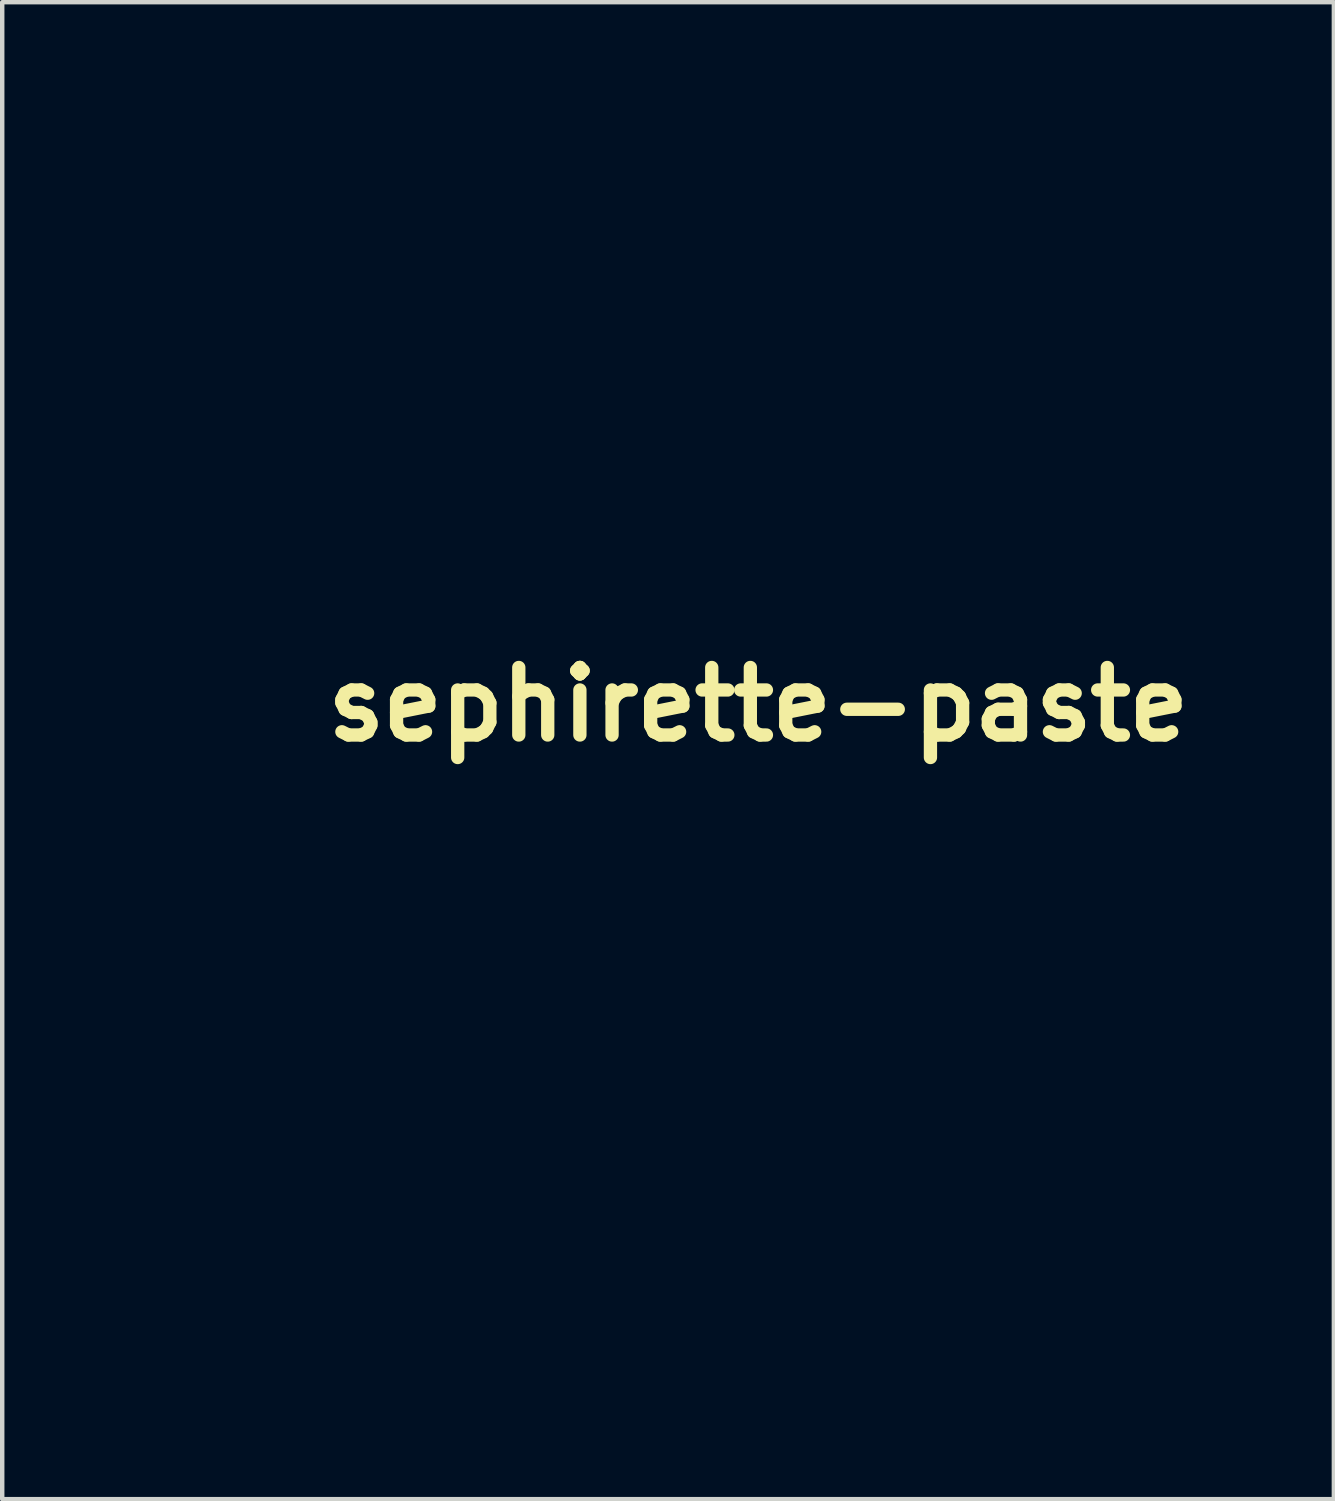
<source format=kicad_pcb>
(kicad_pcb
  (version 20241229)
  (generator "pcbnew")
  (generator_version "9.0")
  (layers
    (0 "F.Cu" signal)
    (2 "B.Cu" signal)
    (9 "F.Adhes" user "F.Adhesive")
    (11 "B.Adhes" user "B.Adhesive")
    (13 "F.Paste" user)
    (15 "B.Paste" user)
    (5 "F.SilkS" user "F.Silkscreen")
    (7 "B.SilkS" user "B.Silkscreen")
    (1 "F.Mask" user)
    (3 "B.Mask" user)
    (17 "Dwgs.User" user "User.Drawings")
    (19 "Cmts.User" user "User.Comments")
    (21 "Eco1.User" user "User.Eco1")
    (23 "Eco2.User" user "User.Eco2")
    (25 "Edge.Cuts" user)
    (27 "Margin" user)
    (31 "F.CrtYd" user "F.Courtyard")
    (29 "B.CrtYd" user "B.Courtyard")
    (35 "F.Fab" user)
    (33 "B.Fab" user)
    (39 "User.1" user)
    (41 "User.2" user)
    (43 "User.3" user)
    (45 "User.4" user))
  (footprint "sephirette-paste"
    (layer "F.Cu")
    (at 14.063 12.846)
    (property "Reference" "sephirette-paste" (at 0 0 0) (layer "F.SilkS") (effects (font (size 1.524 1.524) (thickness 0.3))))
    (attr board_only exclude_from_pos_files exclude_from_bom)
    (fp_poly (pts (xy -1.612 0.38) (xy -1.57 0.423) (xy -1.613 0.469) (xy -1.648 0.504) (xy -1.692 0.545) (xy -1.741 0.588) (xy -1.788 0.628) (xy -1.829 0.66) (xy -1.857 0.681) (xy -1.867 0.686) (xy -1.886 0.677) (xy -1.915 0.655) (xy -1.921 0.649) (xy -1.962 0.613) (xy -1.889 0.551) (xy -1.839 0.507) (xy -1.782 0.456) (xy -1.735 0.412) (xy -1.654 0.336)) (stroke (width 0) (type solid)) (fill yes) (layer "F.Mask"))
    (fp_poly (pts (xy -13.856 -12.634) (xy -13.778 -12.554) (xy -13.693 -12.466) (xy -13.609 -12.378) (xy -13.533 -12.298) (xy -13.486 -12.247) (xy -13.323 -12.072) (xy -13.366 -12.011) (xy -13.391 -11.976) (xy -13.408 -11.953) (xy -13.412 -11.949) (xy -13.422 -11.959) (xy -13.45 -11.988) (xy -13.492 -12.032) (xy -13.547 -12.09) (xy -13.611 -12.158) (xy -13.682 -12.233) (xy -13.683 -12.235) (xy -13.77 -12.329) (xy -13.841 -12.406) (xy -13.895 -12.47) (xy -13.938 -12.525) (xy -13.97 -12.575) (xy -13.994 -12.623) (xy -14.014 -12.673) (xy -14.032 -12.73) (xy -14.044 -12.773) (xy -14.063 -12.846)) (stroke (width 0) (type solid)) (fill yes) (layer "F.Mask"))
    (fp_poly (pts (xy -1.829 0.152) (xy -1.783 0.164) (xy -1.754 0.183) (xy -1.736 0.213) (xy -1.735 0.214) (xy -1.729 0.238) (xy -1.734 0.259) (xy -1.754 0.286) (xy -1.783 0.318) (xy -1.823 0.357) (xy -1.87 0.401) (xy -1.919 0.444) (xy -1.964 0.482) (xy -2 0.51) (xy -2.022 0.524) (xy -2.025 0.525) (xy -2.038 0.515) (xy -2.067 0.487) (xy -2.108 0.446) (xy -2.158 0.394) (xy -2.176 0.374) (xy -2.317 0.224) (xy -2.275 0.199) (xy -2.246 0.184) (xy -2.214 0.173) (xy -2.172 0.165) (xy -2.114 0.159) (xy -2.036 0.153) (xy -1.984 0.151) (xy -1.894 0.148)) (stroke (width 0) (type solid)) (fill yes) (layer "F.Mask"))
    (fp_poly (pts (xy 2.012 12.285) (xy 2.05 12.293) (xy 2.149 12.314) (xy 2.269 12.336) (xy 2.406 12.357) (xy 2.55 12.378) (xy 2.696 12.396) (xy 2.837 12.412) (xy 2.966 12.423) (xy 3.036 12.428) (xy 3.122 12.434) (xy 3.182 12.442) (xy 3.221 12.454) (xy 3.242 12.472) (xy 3.25 12.499) (xy 3.247 12.536) (xy 3.246 12.543) (xy 3.239 12.583) (xy 3.226 12.642) (xy 3.21 12.714) (xy 3.193 12.784) (xy 3.178 12.849) (xy 3.164 12.915) (xy 3.151 12.988) (xy 3.137 13.07) (xy 3.122 13.167) (xy 3.106 13.281) (xy 3.088 13.417) (xy 3.07 13.553) (xy 3.057 13.675) (xy 3.049 13.81) (xy 3.044 13.95) (xy 3.043 14.091) (xy 3.046 14.224) (xy 3.053 14.344) (xy 3.064 14.445) (xy 3.069 14.477) (xy 3.095 14.62) (xy 3.047 14.7) (xy 3.004 14.761) (xy 2.954 14.807) (xy 2.891 14.846) (xy 2.807 14.88) (xy 2.785 14.887) (xy 2.657 14.918) (xy 2.511 14.932) (xy 2.344 14.929) (xy 2.291 14.925) (xy 2.218 14.918) (xy 2.153 14.91) (xy 2.091 14.899) (xy 2.026 14.885) (xy 1.951 14.866) (xy 1.862 14.841) (xy 1.753 14.808) (xy 1.722 14.799) (xy 1.622 14.769) (xy 1.517 14.738) (xy 1.416 14.709) (xy 1.328 14.684) (xy 1.277 14.67) (xy 1.17 14.64) (xy 1.061 14.608) (xy 0.955 14.575) (xy 0.857 14.544) (xy 0.77 14.514) (xy 0.7 14.489) (xy 0.65 14.468) (xy 0.632 14.459) (xy 0.59 14.426) (xy 0.555 14.382) (xy 0.526 14.323) (xy 0.503 14.247) (xy 0.485 14.15) (xy 0.469 14.029) (xy 0.459 13.915) (xy 0.455 13.851) (xy 0.455 13.808) (xy 0.461 13.773) (xy 0.474 13.739) (xy 0.49 13.705) (xy 0.526 13.649) (xy 0.574 13.588) (xy 0.614 13.547) (xy 0.698 13.47) (xy 1.191 13.468) (xy 1.311 13.467) (xy 1.423 13.466) (xy 1.524 13.464) (xy 1.61 13.463) (xy 1.677 13.461) (xy 1.721 13.459) (xy 1.736 13.457) (xy 1.782 13.45) (xy 1.838 13.44) (xy 1.86 13.435) (xy 1.934 13.421) (xy 1.928 13.172) (xy 1.927 13.087) (xy 1.927 12.99) (xy 1.928 12.886) (xy 1.929 12.779) (xy 1.932 12.672) (xy 1.935 12.571) (xy 1.938 12.478) (xy 1.942 12.4) (xy 1.946 12.339) (xy 1.95 12.3) (xy 1.953 12.287) (xy 1.971 12.28)) (stroke (width 0) (type solid)) (fill yes) (layer "F.Mask"))
    (fp_poly (pts (xy 4.926 11.903) (xy 4.924 11.93) (xy 4.886 12.158) (xy 4.854 12.381) (xy 4.826 12.597) (xy 4.804 12.801) (xy 4.788 12.991) (xy 4.778 13.163) (xy 4.774 13.314) (xy 4.777 13.437) (xy 4.783 13.512) (xy 4.794 13.606) (xy 4.808 13.709) (xy 4.823 13.809) (xy 4.83 13.848) (xy 4.854 14.008) (xy 4.869 14.155) (xy 4.874 14.287) (xy 4.87 14.4) (xy 4.856 14.49) (xy 4.846 14.525) (xy 4.806 14.61) (xy 4.754 14.685) (xy 4.695 14.742) (xy 4.659 14.765) (xy 4.625 14.779) (xy 4.573 14.798) (xy 4.507 14.82) (xy 4.436 14.843) (xy 4.364 14.866) (xy 4.298 14.885) (xy 4.243 14.9) (xy 4.207 14.909) (xy 4.198 14.91) (xy 4.176 14.904) (xy 4.135 14.891) (xy 4.088 14.875) (xy 4.037 14.854) (xy 3.994 14.834) (xy 3.971 14.819) (xy 3.949 14.801) (xy 3.912 14.769) (xy 3.865 14.73) (xy 3.844 14.712) (xy 3.69 14.59) (xy 3.52 14.469) (xy 3.35 14.361) (xy 3.273 14.314) (xy 3.219 14.275) (xy 3.182 14.237) (xy 3.159 14.195) (xy 3.147 14.143) (xy 3.141 14.075) (xy 3.139 14.027) (xy 3.139 13.98) (xy 3.142 13.913) (xy 3.147 13.833) (xy 3.153 13.742) (xy 3.161 13.646) (xy 3.17 13.548) (xy 3.179 13.453) (xy 3.188 13.365) (xy 3.197 13.289) (xy 3.205 13.229) (xy 3.212 13.189) (xy 3.217 13.174) (xy 3.218 13.174) (xy 3.232 13.179) (xy 3.268 13.193) (xy 3.321 13.213) (xy 3.385 13.237) (xy 3.391 13.24) (xy 3.457 13.265) (xy 3.514 13.286) (xy 3.555 13.3) (xy 3.575 13.305) (xy 3.575 13.305) (xy 3.583 13.291) (xy 3.587 13.251) (xy 3.588 13.188) (xy 3.587 13.105) (xy 3.583 13.004) (xy 3.575 12.89) (xy 3.566 12.769) (xy 3.559 12.684) (xy 3.554 12.609) (xy 3.55 12.549) (xy 3.549 12.509) (xy 3.55 12.493) (xy 3.567 12.488) (xy 3.607 12.48) (xy 3.662 12.472) (xy 3.702 12.466) (xy 3.785 12.452) (xy 3.887 12.428) (xy 3.997 12.399) (xy 4.108 12.365) (xy 4.212 12.33) (xy 4.298 12.296) (xy 4.308 12.292) (xy 4.365 12.264) (xy 4.438 12.222) (xy 4.522 12.171) (xy 4.61 12.115) (xy 4.695 12.058) (xy 4.77 12.004) (xy 4.817 11.968) (xy 4.862 11.933) (xy 4.898 11.906) (xy 4.92 11.892) (xy 4.923 11.89)) (stroke (width 0) (type solid)) (fill yes) (layer "F.Mask"))
    (fp_poly (pts (xy -10.9 -9.439) (xy -10.897 -9.438) (xy -10.893 -9.436) (xy -10.887 -9.432) (xy -10.879 -9.426) (xy -10.868 -9.416) (xy -10.854 -9.404) (xy -10.837 -9.386) (xy -10.815 -9.365) (xy -10.789 -9.338) (xy -10.757 -9.305) (xy -10.719 -9.266) (xy -10.675 -9.22) (xy -10.624 -9.166) (xy -10.566 -9.105) (xy -10.5 -9.035) (xy -10.426 -8.956) (xy -10.342 -8.867) (xy -10.249 -8.767) (xy -10.146 -8.657) (xy -10.032 -8.536) (xy -9.908 -8.403) (xy -9.772 -8.257) (xy -9.623 -8.098) (xy -9.462 -7.925) (xy -9.288 -7.738) (xy -9.1 -7.537) (xy -8.898 -7.32) (xy -8.681 -7.087) (xy -8.449 -6.838) (xy -8.201 -6.572) (xy -7.937 -6.288) (xy -7.656 -5.986) (xy -7.358 -5.666) (xy -7.041 -5.326) (xy -6.707 -4.966) (xy -6.353 -4.586) (xy -6.063 -4.275) (xy -5.856 -4.053) (xy -5.652 -3.834) (xy -5.452 -3.619) (xy -5.257 -3.409) (xy -5.067 -3.206) (xy -4.885 -3.01) (xy -4.711 -2.824) (xy -4.547 -2.647) (xy -4.393 -2.482) (xy -4.25 -2.329) (xy -4.12 -2.189) (xy -4.004 -2.065) (xy -3.903 -1.956) (xy -3.817 -1.865) (xy -3.749 -1.791) (xy -3.699 -1.738) (xy -3.679 -1.717) (xy -3.38 -1.398) (xy -3.255 -1.522) (xy -3.189 -1.585) (xy -3.14 -1.629) (xy -3.103 -1.656) (xy -3.075 -1.669) (xy -3.052 -1.67) (xy -3.036 -1.664) (xy -3.006 -1.636) (xy -2.998 -1.596) (xy -3.012 -1.538) (xy -3.014 -1.531) (xy -3.025 -1.487) (xy -3.036 -1.424) (xy -3.043 -1.353) (xy -3.045 -1.317) (xy -3.053 -1.167) (xy -3.202 -1.167) (xy -3.327 -1.161) (xy -3.428 -1.143) (xy -3.502 -1.113) (xy -3.527 -1.095) (xy -3.56 -1.056) (xy -3.587 -1.003) (xy -3.602 -0.95) (xy -3.604 -0.934) (xy -3.608 -0.915) (xy -3.628 -0.906) (xy -3.66 -0.905) (xy -3.7 -0.909) (xy -3.728 -0.92) (xy -3.731 -0.923) (xy -3.747 -0.951) (xy -3.756 -0.975) (xy -3.758 -0.991) (xy -3.75 -1.012) (xy -3.731 -1.039) (xy -3.697 -1.078) (xy -3.645 -1.132) (xy -3.632 -1.145) (xy -3.583 -1.197) (xy -3.542 -1.242) (xy -3.515 -1.276) (xy -3.503 -1.295) (xy -3.503 -1.297) (xy -3.515 -1.311) (xy -3.543 -1.343) (xy -3.586 -1.391) (xy -3.64 -1.451) (xy -3.704 -1.521) (xy -3.765 -1.586) (xy -3.797 -1.621) (xy -3.837 -1.663) (xy -3.883 -1.713) (xy -3.937 -1.771) (xy -4 -1.838) (xy -4.07 -1.914) (xy -4.15 -1.999) (xy -4.239 -2.095) (xy -4.339 -2.202) (xy -4.449 -2.32) (xy -4.569 -2.45) (xy -4.702 -2.592) (xy -4.846 -2.747) (xy -5.004 -2.916) (xy -5.174 -3.099) (xy -5.357 -3.296) (xy -5.555 -3.508) (xy -5.767 -3.736) (xy -5.995 -3.98) (xy -6.238 -4.241) (xy -6.497 -4.519) (xy -6.772 -4.815) (xy -7.065 -5.129) (xy -7.375 -5.462) (xy -7.703 -5.814) (xy -8.049 -6.187) (xy -8.415 -6.579) (xy -8.678 -6.862) (xy -8.89 -7.089) (xy -9.096 -7.311) (xy -9.297 -7.526) (xy -9.49 -7.734) (xy -9.675 -7.934) (xy -9.852 -8.124) (xy -10.019 -8.304) (xy -10.175 -8.472) (xy -10.32 -8.629) (xy -10.453 -8.772) (xy -10.572 -8.901) (xy -10.678 -9.015) (xy -10.768 -9.114) (xy -10.843 -9.195) (xy -10.901 -9.258) (xy -10.941 -9.302) (xy -10.963 -9.327) (xy -10.966 -9.331) (xy -10.968 -9.366) (xy -10.953 -9.403) (xy -10.928 -9.431) (xy -10.905 -9.439) (xy -10.903 -9.439)) (stroke (width 0) (type solid)) (fill yes) (layer "F.Mask"))
    (fp_poly (pts (xy 2.744 -2.576) (xy 2.811 -2.549) (xy 2.872 -2.515) (xy 2.942 -2.473) (xy 3.019 -2.428) (xy 3.098 -2.383) (xy 3.175 -2.34) (xy 3.246 -2.301) (xy 3.307 -2.268) (xy 3.352 -2.245) (xy 3.379 -2.233) (xy 3.383 -2.232) (xy 3.405 -2.24) (xy 3.44 -2.258) (xy 3.454 -2.268) (xy 3.491 -2.288) (xy 3.546 -2.315) (xy 3.611 -2.345) (xy 3.655 -2.363) (xy 3.728 -2.394) (xy 3.803 -2.426) (xy 3.868 -2.454) (xy 3.895 -2.466) (xy 3.963 -2.492) (xy 4.04 -2.517) (xy 4.093 -2.53) (xy 4.155 -2.541) (xy 4.204 -2.544) (xy 4.254 -2.539) (xy 4.292 -2.532) (xy 4.378 -2.506) (xy 4.48 -2.463) (xy 4.592 -2.405) (xy 4.71 -2.336) (xy 4.826 -2.257) (xy 4.837 -2.249) (xy 4.91 -2.195) (xy 4.965 -2.149) (xy 5.01 -2.105) (xy 5.051 -2.057) (xy 5.091 -2.003) (xy 5.171 -1.883) (xy 5.24 -1.762) (xy 5.3 -1.635) (xy 5.353 -1.495) (xy 5.402 -1.338) (xy 5.448 -1.165) (xy 5.471 -1.068) (xy 5.491 -0.979) (xy 5.508 -0.895) (xy 5.523 -0.813) (xy 5.536 -0.728) (xy 5.547 -0.637) (xy 5.558 -0.537) (xy 5.567 -0.424) (xy 5.576 -0.295) (xy 5.585 -0.146) (xy 5.595 0.026) (xy 5.602 0.16) (xy 5.613 0.366) (xy 5.625 0.545) (xy 5.637 0.697) (xy 5.649 0.826) (xy 5.663 0.933) (xy 5.666 0.956) (xy 5.677 1.038) (xy 5.69 1.142) (xy 5.702 1.26) (xy 5.715 1.385) (xy 5.726 1.508) (xy 5.732 1.576) (xy 5.742 1.702) (xy 5.753 1.839) (xy 5.764 1.979) (xy 5.774 2.112) (xy 5.783 2.228) (xy 5.787 2.272) (xy 5.795 2.388) (xy 5.801 2.493) (xy 5.804 2.595) (xy 5.805 2.701) (xy 5.803 2.819) (xy 5.799 2.957) (xy 5.796 3.077) (xy 5.793 3.202) (xy 5.791 3.326) (xy 5.79 3.441) (xy 5.79 3.537) (xy 5.791 3.574) (xy 5.791 3.698) (xy 5.788 3.837) (xy 5.784 3.986) (xy 5.777 4.136) (xy 5.768 4.281) (xy 5.758 4.415) (xy 5.747 4.531) (xy 5.74 4.588) (xy 5.732 4.647) (xy 5.723 4.729) (xy 5.711 4.828) (xy 5.699 4.938) (xy 5.686 5.054) (xy 5.676 5.157) (xy 5.641 5.461) (xy 5.601 5.741) (xy 5.558 5.996) (xy 5.51 6.225) (xy 5.479 6.354) (xy 5.458 6.432) (xy 5.436 6.523) (xy 5.416 6.607) (xy 5.413 6.624) (xy 5.382 6.735) (xy 5.339 6.867) (xy 5.285 7.015) (xy 5.221 7.175) (xy 5.151 7.341) (xy 5.075 7.51) (xy 4.996 7.677) (xy 4.916 7.837) (xy 4.836 7.986) (xy 4.76 8.119) (xy 4.708 8.204) (xy 4.674 8.257) (xy 4.641 8.31) (xy 4.624 8.338) (xy 4.598 8.377) (xy 4.559 8.428) (xy 4.517 8.482) (xy 4.509 8.491) (xy 4.467 8.541) (xy 4.428 8.587) (xy 4.4 8.622) (xy 4.395 8.628) (xy 4.366 8.655) (xy 4.342 8.661) (xy 4.341 8.661) (xy 4.335 8.653) (xy 4.336 8.634) (xy 4.346 8.6) (xy 4.364 8.547) (xy 4.394 8.473) (xy 4.408 8.437) (xy 4.448 8.34) (xy 4.491 8.229) (xy 4.534 8.118) (xy 4.57 8.02) (xy 4.574 8.01) (xy 4.605 7.924) (xy 4.637 7.837) (xy 4.666 7.758) (xy 4.69 7.695) (xy 4.695 7.681) (xy 4.714 7.62) (xy 4.736 7.537) (xy 4.76 7.437) (xy 4.783 7.327) (xy 4.805 7.213) (xy 4.824 7.102) (xy 4.839 7) (xy 4.843 6.966) (xy 4.862 6.797) (xy 4.878 6.619) (xy 4.892 6.436) (xy 4.903 6.256) (xy 4.91 6.086) (xy 4.914 5.932) (xy 4.914 5.8) (xy 4.914 5.799) (xy 4.91 5.681) (xy 4.906 5.589) (xy 4.9 5.523) (xy 4.894 5.484) (xy 4.886 5.471) (xy 4.878 5.487) (xy 4.869 5.531) (xy 4.861 5.597) (xy 4.852 5.679) (xy 4.844 5.771) (xy 4.838 5.855) (xy 4.837 5.874) (xy 4.826 5.986) (xy 4.809 6.113) (xy 4.785 6.25) (xy 4.756 6.391) (xy 4.725 6.531) (xy 4.69 6.665) (xy 4.655 6.788) (xy 4.62 6.893) (xy 4.586 6.977) (xy 4.577 6.995) (xy 4.562 7.031) (xy 4.542 7.088) (xy 4.519 7.158) (xy 4.496 7.235) (xy 4.492 7.248) (xy 4.452 7.382) (xy 4.408 7.519) (xy 4.362 7.654) (xy 4.316 7.78) (xy 4.271 7.894) (xy 4.231 7.988) (xy 4.205 8.042) (xy 4.176 8.096) (xy 4.152 8.137) (xy 4.137 8.16) (xy 4.132 8.164) (xy 4.133 8.148) (xy 4.139 8.11) (xy 4.15 8.055) (xy 4.164 7.993) (xy 4.179 7.921) (xy 4.193 7.854) (xy 4.206 7.789) (xy 4.217 7.722) (xy 4.226 7.653) (xy 4.235 7.577) (xy 4.244 7.492) (xy 4.252 7.396) (xy 4.26 7.286) (xy 4.268 7.159) (xy 4.277 7.013) (xy 4.286 6.844) (xy 4.296 6.652) (xy 4.304 6.492) (xy 4.31 6.387) (xy 4.316 6.276) (xy 4.323 6.169) (xy 4.329 6.074) (xy 4.333 6.018) (xy 4.34 5.914) (xy 4.345 5.818) (xy 4.347 5.733) (xy 4.347 5.664) (xy 4.345 5.613) (xy 4.34 5.585) (xy 4.334 5.581) (xy 4.321 5.602) (xy 4.301 5.646) (xy 4.276 5.705) (xy 4.249 5.774) (xy 4.221 5.847) (xy 4.195 5.918) (xy 4.174 5.983) (xy 4.16 6.028) (xy 4.125 6.174) (xy 4.09 6.348) (xy 4.057 6.55) (xy 4.026 6.778) (xy 3.996 7.032) (xy 3.968 7.311) (xy 3.959 7.404) (xy 3.951 7.518) (xy 3.944 7.647) (xy 3.938 7.785) (xy 3.935 7.929) (xy 3.933 8.072) (xy 3.933 8.21) (xy 3.935 8.338) (xy 3.939 8.452) (xy 3.945 8.546) (xy 3.952 8.615) (xy 3.988 8.795) (xy 4.041 8.972) (xy 4.107 9.139) (xy 4.184 9.287) (xy 4.214 9.336) (xy 4.248 9.393) (xy 4.269 9.442) (xy 4.275 9.477) (xy 4.266 9.496) (xy 4.259 9.498) (xy 4.244 9.488) (xy 4.212 9.461) (xy 4.168 9.421) (xy 4.117 9.371) (xy 4.101 9.355) (xy 3.946 9.181) (xy 3.81 8.986) (xy 3.693 8.77) (xy 3.594 8.533) (xy 3.514 8.273) (xy 3.481 8.14) (xy 3.448 7.982) (xy 3.42 7.835) (xy 3.398 7.693) (xy 3.382 7.551) (xy 3.37 7.404) (xy 3.362 7.245) (xy 3.357 7.068) (xy 3.356 6.869) (xy 3.356 6.845) (xy 3.364 6.426) (xy 3.388 6.026) (xy 3.429 5.647) (xy 3.486 5.289) (xy 3.559 4.955) (xy 3.596 4.816) (xy 3.612 4.758) (xy 3.623 4.71) (xy 3.629 4.681) (xy 3.629 4.675) (xy 3.62 4.684) (xy 3.6 4.715) (xy 3.572 4.761) (xy 3.539 4.819) (xy 3.503 4.883) (xy 3.466 4.948) (xy 3.433 5.01) (xy 3.406 5.063) (xy 3.402 5.07) (xy 3.36 5.169) (xy 3.319 5.289) (xy 3.28 5.425) (xy 3.246 5.569) (xy 3.219 5.713) (xy 3.199 5.851) (xy 3.196 5.879) (xy 3.184 6.019) (xy 3.172 6.18) (xy 3.161 6.354) (xy 3.151 6.537) (xy 3.141 6.722) (xy 3.134 6.903) (xy 3.128 7.074) (xy 3.124 7.228) (xy 3.123 7.36) (xy 3.123 7.368) (xy 3.125 7.513) (xy 3.134 7.636) (xy 3.15 7.743) (xy 3.175 7.839) (xy 3.211 7.932) (xy 3.257 8.027) (xy 3.27 8.05) (xy 3.296 8.105) (xy 3.303 8.14) (xy 3.301 8.149) (xy 3.291 8.153) (xy 3.272 8.146) (xy 3.239 8.124) (xy 3.192 8.085) (xy 3.136 8.038) (xy 3.075 7.984) (xy 3.016 7.931) (xy 2.967 7.884) (xy 2.933 7.85) (xy 2.93 7.847) (xy 2.882 7.782) (xy 2.831 7.693) (xy 2.777 7.585) (xy 2.725 7.464) (xy 2.675 7.334) (xy 2.63 7.2) (xy 2.591 7.067) (xy 2.56 6.94) (xy 2.554 6.908) (xy 2.54 6.823) (xy 2.527 6.719) (xy 2.515 6.602) (xy 2.504 6.477) (xy 2.495 6.352) (xy 2.489 6.232) (xy 2.485 6.124) (xy 2.485 6.035) (xy 2.487 5.985) (xy 2.494 5.915) (xy 2.506 5.822) (xy 2.524 5.71) (xy 2.545 5.586) (xy 2.57 5.453) (xy 2.596 5.318) (xy 2.623 5.184) (xy 2.651 5.059) (xy 2.663 5.002) (xy 2.681 4.925) (xy 2.696 4.855) (xy 2.707 4.8) (xy 2.713 4.764) (xy 2.714 4.756) (xy 2.717 4.733) (xy 2.726 4.685) (xy 2.74 4.617) (xy 2.758 4.534) (xy 2.779 4.439) (xy 2.803 4.338) (xy 2.827 4.233) (xy 2.851 4.13) (xy 2.875 4.032) (xy 2.897 3.944) (xy 2.904 3.917) (xy 2.92 3.853) (xy 2.942 3.768) (xy 2.967 3.669) (xy 2.994 3.563) (xy 3.021 3.459) (xy 3.025 3.443) (xy 3.052 3.337) (xy 3.079 3.228) (xy 3.104 3.122) (xy 3.125 3.028) (xy 3.141 2.954) (xy 3.142 2.947) (xy 3.154 2.889) (xy 3.163 2.836) (xy 3.172 2.786) (xy 3.181 2.732) (xy 3.189 2.669) (xy 3.199 2.595) (xy 3.211 2.503) (xy 3.225 2.388) (xy 3.232 2.327) (xy 3.244 2.232) (xy 3.258 2.125) (xy 3.273 2.02) (xy 3.283 1.955) (xy 3.295 1.869) (xy 3.308 1.778) (xy 3.319 1.694) (xy 3.326 1.641) (xy 3.341 1.531) (xy 3.363 1.413) (xy 3.392 1.281) (xy 3.431 1.129) (xy 3.44 1.092) (xy 3.454 1.039) (xy 3.465 0.99) (xy 3.474 0.941) (xy 3.482 0.886) (xy 3.488 0.822) (xy 3.495 0.743) (xy 3.501 0.646) (xy 3.508 0.525) (xy 3.51 0.501) (xy 3.517 0.366) (xy 3.522 0.234) (xy 3.526 0.11) (xy 3.527 -0.001) (xy 3.527 -0.09) (xy 3.526 -0.124) (xy 3.518 -0.332) (xy 3.51 -0.512) (xy 3.503 -0.667) (xy 3.5 -0.729) (xy 3.953 -0.729) (xy 3.953 -0.658) (xy 3.956 -0.6) (xy 3.961 -0.559) (xy 3.969 -0.54) (xy 3.971 -0.54) (xy 3.992 -0.546) (xy 4.032 -0.563) (xy 4.083 -0.586) (xy 4.099 -0.595) (xy 4.16 -0.628) (xy 4.201 -0.657) (xy 4.229 -0.688) (xy 4.241 -0.708) (xy 4.271 -0.776) (xy 4.294 -0.858) (xy 4.31 -0.947) (xy 4.318 -1.033) (xy 4.315 -1.108) (xy 4.304 -1.16) (xy 4.275 -1.2) (xy 4.23 -1.222) (xy 4.176 -1.226) (xy 4.118 -1.214) (xy 4.061 -1.185) (xy 4.012 -1.142) (xy 3.986 -1.104) (xy 3.977 -1.074) (xy 3.969 -1.024) (xy 3.962 -0.959) (xy 3.957 -0.885) (xy 3.954 -0.806) (xy 3.953 -0.729) (xy 3.5 -0.729) (xy 3.496 -0.799) (xy 3.489 -0.909) (xy 3.483 -1) (xy 3.477 -1.073) (xy 3.47 -1.131) (xy 3.463 -1.175) (xy 3.455 -1.208) (xy 3.447 -1.231) (xy 3.445 -1.236) (xy 3.434 -1.231) (xy 3.412 -1.205) (xy 3.382 -1.16) (xy 3.348 -1.106) (xy 3.24 -0.948) (xy 3.111 -0.8) (xy 2.969 -0.672) (xy 2.926 -0.637) (xy 2.891 -0.612) (xy 2.871 -0.599) (xy 2.869 -0.598) (xy 2.87 -0.611) (xy 2.88 -0.645) (xy 2.897 -0.696) (xy 2.913 -0.74) (xy 2.935 -0.807) (xy 2.954 -0.87) (xy 2.967 -0.921) (xy 2.97 -0.941) (xy 2.976 -0.994) (xy 2.984 -1.045) (xy 2.984 -1.049) (xy 2.993 -1.099) (xy 2.959 -1.057) (xy 2.928 -1.017) (xy 2.893 -0.971) (xy 2.882 -0.956) (xy 2.849 -0.914) (xy 2.805 -0.864) (xy 2.766 -0.824) (xy 2.712 -0.763) (xy 2.676 -0.703) (xy 2.67 -0.687) (xy 2.65 -0.639) (xy 2.634 -0.619) (xy 2.621 -0.629) (xy 2.61 -0.667) (xy 2.605 -0.708) (xy 2.6 -0.807) (xy 2.607 -0.913) (xy 2.627 -1.035) (xy 2.642 -1.107) (xy 2.681 -1.296) (xy 2.71 -1.485) (xy 2.73 -1.669) (xy 2.74 -1.846) (xy 2.74 -2.011) (xy 2.733 -2.137) (xy 3.531 -2.137) (xy 3.538 -2.13) (xy 3.545 -2.137) (xy 3.538 -2.145) (xy 3.531 -2.137) (xy 2.733 -2.137) (xy 2.731 -2.16) (xy 2.712 -2.29) (xy 2.683 -2.397) (xy 2.677 -2.414) (xy 2.654 -2.474) (xy 2.643 -2.515) (xy 2.644 -2.542) (xy 2.655 -2.561) (xy 2.658 -2.565) (xy 2.693 -2.581)) (stroke (width 0) (type solid)) (fill yes) (layer "F.Mask")))
  (gr_rect
    (start -3 -3)
    (end 27.049 30.778)
    (stroke (width 0.1) (type default))
    (fill no)
    (layer "Edge.Cuts")))
</source>
